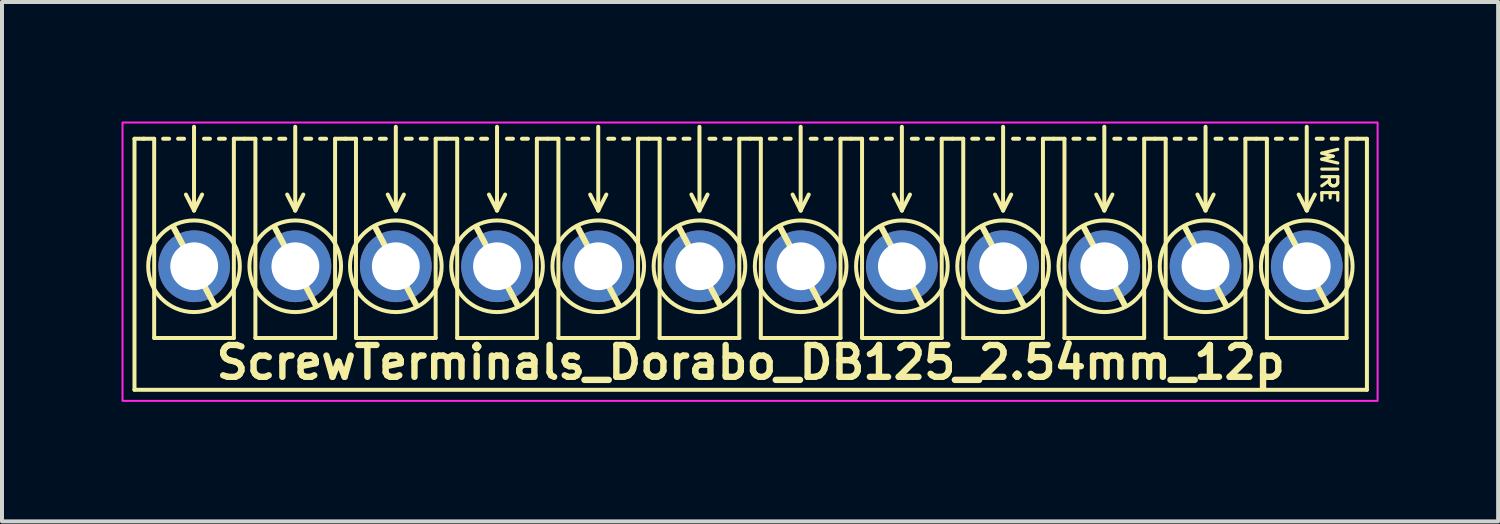
<source format=kicad_pcb>
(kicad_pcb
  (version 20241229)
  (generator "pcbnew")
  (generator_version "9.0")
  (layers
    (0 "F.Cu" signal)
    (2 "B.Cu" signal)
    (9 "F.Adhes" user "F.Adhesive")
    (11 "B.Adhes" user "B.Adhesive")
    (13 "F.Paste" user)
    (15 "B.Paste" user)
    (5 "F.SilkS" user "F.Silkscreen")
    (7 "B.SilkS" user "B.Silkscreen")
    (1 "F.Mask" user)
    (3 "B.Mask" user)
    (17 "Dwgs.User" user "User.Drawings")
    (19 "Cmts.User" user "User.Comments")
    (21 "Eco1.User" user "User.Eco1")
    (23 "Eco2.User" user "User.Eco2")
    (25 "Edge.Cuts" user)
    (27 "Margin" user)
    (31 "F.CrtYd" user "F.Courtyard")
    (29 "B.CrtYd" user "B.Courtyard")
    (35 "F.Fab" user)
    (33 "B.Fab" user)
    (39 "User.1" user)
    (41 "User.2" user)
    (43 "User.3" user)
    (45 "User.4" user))
  (footprint "ScrewTerminals_Dorabo_DB125_2.54mm_12p"
    (layer "F.Cu")
    (at 15.773 3.581)
    (property "Reference" "ScrewTerminals_Dorabo_DB125_2.54mm_12p" (at 0.016 2.464 0) (unlocked yes) (layer "F.SilkS") (effects (font (size 0.8 0.8) (thickness 0.16) (bold yes))))
    (attr through_hole)
    (fp_line (start -15.448 -3.149) (end -15.448 3.151) (stroke (width 0.1) (type default)) (layer "F.SilkS"))
    (fp_line (start -15.448 -3.149) (end -15.208 -3.149) (stroke (width 0.1) (type default)) (layer "F.SilkS"))
    (fp_line (start -14.954 -3.149) (end -15.224 -3.149) (stroke (width 0.1) (type default)) (layer "F.SilkS"))
    (fp_line (start -14.954 1.851) (end -14.954 -3.149) (stroke (width 0.1) (type solid)) (layer "F.SilkS"))
    (fp_line (start -14.579 -3.149) (end -14.729 -3.149) (stroke (width 0.1) (type default)) (layer "F.SilkS"))
    (fp_line (start -14.204 -3.149) (end -14.354 -3.149) (stroke (width 0.1) (type default)) (layer "F.SilkS"))
    (fp_line (start -13.954 -3.449) (end -13.954 -1.349) (stroke (width 0.1) (type default)) (layer "F.SilkS"))
    (fp_line (start -13.954 -1.349) (end -14.157 -1.749) (stroke (width 0.1) (type default)) (layer "F.SilkS"))
    (fp_line (start -13.954 -1.349) (end -13.751 -1.749) (stroke (width 0.1) (type default)) (layer "F.SilkS"))
    (fp_line (start -13.554 -3.149) (end -13.704 -3.149) (stroke (width 0.1) (type default)) (layer "F.SilkS"))
    (fp_line (start -13.446 1.016) (end -14.462 -0.914) (stroke (width 0.15) (type default)) (layer "F.SilkS"))
    (fp_line (start -13.179 -3.149) (end -13.329 -3.149) (stroke (width 0.1) (type default)) (layer "F.SilkS"))
    (fp_line (start -12.954 -3.149) (end -12.954 1.851) (stroke (width 0.1) (type solid)) (layer "F.SilkS"))
    (fp_line (start -12.954 1.851) (end -14.954 1.851) (stroke (width 0.1) (type solid)) (layer "F.SilkS"))
    (fp_line (start -12.684 -3.149) (end -12.954 -3.149) (stroke (width 0.1) (type default)) (layer "F.SilkS"))
    (fp_line (start -12.414 -3.149) (end -12.684 -3.149) (stroke (width 0.1) (type default)) (layer "F.SilkS"))
    (fp_line (start -12.414 1.851) (end -12.414 -3.149) (stroke (width 0.1) (type solid)) (layer "F.SilkS"))
    (fp_line (start -12.039 -3.149) (end -12.189 -3.149) (stroke (width 0.1) (type default)) (layer "F.SilkS"))
    (fp_line (start -11.664 -3.149) (end -11.814 -3.149) (stroke (width 0.1) (type default)) (layer "F.SilkS"))
    (fp_line (start -11.414 -3.449) (end -11.414 -1.349) (stroke (width 0.1) (type default)) (layer "F.SilkS"))
    (fp_line (start -11.414 -1.349) (end -11.617 -1.749) (stroke (width 0.1) (type default)) (layer "F.SilkS"))
    (fp_line (start -11.414 -1.349) (end -11.211 -1.749) (stroke (width 0.1) (type default)) (layer "F.SilkS"))
    (fp_line (start -11.014 -3.149) (end -11.164 -3.149) (stroke (width 0.1) (type default)) (layer "F.SilkS"))
    (fp_line (start -10.906 1.016) (end -11.922 -0.914) (stroke (width 0.15) (type default)) (layer "F.SilkS"))
    (fp_line (start -10.639 -3.149) (end -10.789 -3.149) (stroke (width 0.1) (type default)) (layer "F.SilkS"))
    (fp_line (start -10.414 -3.149) (end -10.414 1.851) (stroke (width 0.1) (type solid)) (layer "F.SilkS"))
    (fp_line (start -10.414 1.851) (end -12.414 1.851) (stroke (width 0.1) (type solid)) (layer "F.SilkS"))
    (fp_line (start -10.144 -3.149) (end -10.414 -3.149) (stroke (width 0.1) (type default)) (layer "F.SilkS"))
    (fp_line (start -9.89 -3.149) (end -10.16 -3.149) (stroke (width 0.1) (type default)) (layer "F.SilkS"))
    (fp_line (start -9.89 1.851) (end -9.89 -3.149) (stroke (width 0.1) (type solid)) (layer "F.SilkS"))
    (fp_line (start -9.515 -3.149) (end -9.665 -3.149) (stroke (width 0.1) (type default)) (layer "F.SilkS"))
    (fp_line (start -9.14 -3.149) (end -9.29 -3.149) (stroke (width 0.1) (type default)) (layer "F.SilkS"))
    (fp_line (start -8.89 -3.449) (end -8.89 -1.349) (stroke (width 0.1) (type default)) (layer "F.SilkS"))
    (fp_line (start -8.89 -1.349) (end -9.093 -1.749) (stroke (width 0.1) (type default)) (layer "F.SilkS"))
    (fp_line (start -8.89 -1.349) (end -8.687 -1.749) (stroke (width 0.1) (type default)) (layer "F.SilkS"))
    (fp_line (start -8.49 -3.149) (end -8.64 -3.149) (stroke (width 0.1) (type default)) (layer "F.SilkS"))
    (fp_line (start -8.382 1.016) (end -9.398 -0.914) (stroke (width 0.15) (type default)) (layer "F.SilkS"))
    (fp_line (start -8.115 -3.149) (end -8.265 -3.149) (stroke (width 0.1) (type default)) (layer "F.SilkS"))
    (fp_line (start -7.89 -3.149) (end -7.89 1.851) (stroke (width 0.1) (type solid)) (layer "F.SilkS"))
    (fp_line (start -7.89 1.851) (end -9.89 1.851) (stroke (width 0.1) (type solid)) (layer "F.SilkS"))
    (fp_line (start -7.62 -3.149) (end -7.89 -3.149) (stroke (width 0.1) (type default)) (layer "F.SilkS"))
    (fp_line (start -7.35 -3.149) (end -7.62 -3.149) (stroke (width 0.1) (type default)) (layer "F.SilkS"))
    (fp_line (start -7.35 1.851) (end -7.35 -3.149) (stroke (width 0.1) (type solid)) (layer "F.SilkS"))
    (fp_line (start -6.975 -3.149) (end -7.125 -3.149) (stroke (width 0.1) (type default)) (layer "F.SilkS"))
    (fp_line (start -6.6 -3.149) (end -6.75 -3.149) (stroke (width 0.1) (type default)) (layer "F.SilkS"))
    (fp_line (start -6.35 -3.449) (end -6.35 -1.349) (stroke (width 0.1) (type default)) (layer "F.SilkS"))
    (fp_line (start -6.35 -1.349) (end -6.553 -1.749) (stroke (width 0.1) (type default)) (layer "F.SilkS"))
    (fp_line (start -6.35 -1.349) (end -6.147 -1.749) (stroke (width 0.1) (type default)) (layer "F.SilkS"))
    (fp_line (start -5.95 -3.149) (end -6.1 -3.149) (stroke (width 0.1) (type default)) (layer "F.SilkS"))
    (fp_line (start -5.842 1.016) (end -6.858 -0.914) (stroke (width 0.15) (type default)) (layer "F.SilkS"))
    (fp_line (start -5.575 -3.149) (end -5.725 -3.149) (stroke (width 0.1) (type default)) (layer "F.SilkS"))
    (fp_line (start -5.35 -3.149) (end -5.35 1.851) (stroke (width 0.1) (type solid)) (layer "F.SilkS"))
    (fp_line (start -5.35 1.851) (end -7.35 1.851) (stroke (width 0.1) (type solid)) (layer "F.SilkS"))
    (fp_line (start -5.08 -3.149) (end -5.35 -3.149) (stroke (width 0.1) (type default)) (layer "F.SilkS"))
    (fp_line (start -4.81 -3.149) (end -5.08 -3.149) (stroke (width 0.1) (type default)) (layer "F.SilkS"))
    (fp_line (start -4.81 1.851) (end -4.81 -3.149) (stroke (width 0.1) (type solid)) (layer "F.SilkS"))
    (fp_line (start -4.435 -3.149) (end -4.585 -3.149) (stroke (width 0.1) (type default)) (layer "F.SilkS"))
    (fp_line (start -4.06 -3.149) (end -4.21 -3.149) (stroke (width 0.1) (type default)) (layer "F.SilkS"))
    (fp_line (start -3.81 -3.449) (end -3.81 -1.349) (stroke (width 0.1) (type default)) (layer "F.SilkS"))
    (fp_line (start -3.81 -1.349) (end -4.013 -1.749) (stroke (width 0.1) (type default)) (layer "F.SilkS"))
    (fp_line (start -3.81 -1.349) (end -3.607 -1.749) (stroke (width 0.1) (type default)) (layer "F.SilkS"))
    (fp_line (start -3.41 -3.149) (end -3.56 -3.149) (stroke (width 0.1) (type default)) (layer "F.SilkS"))
    (fp_line (start -3.302 1.016) (end -4.318 -0.914) (stroke (width 0.15) (type default)) (layer "F.SilkS"))
    (fp_line (start -3.035 -3.149) (end -3.185 -3.149) (stroke (width 0.1) (type default)) (layer "F.SilkS"))
    (fp_line (start -2.81 -3.149) (end -2.81 1.851) (stroke (width 0.1) (type solid)) (layer "F.SilkS"))
    (fp_line (start -2.81 1.851) (end -4.81 1.851) (stroke (width 0.1) (type solid)) (layer "F.SilkS"))
    (fp_line (start -2.54 -3.149) (end -2.81 -3.149) (stroke (width 0.1) (type default)) (layer "F.SilkS"))
    (fp_line (start -2.27 -3.149) (end -2.54 -3.149) (stroke (width 0.1) (type default)) (layer "F.SilkS"))
    (fp_line (start -2.27 1.851) (end -2.27 -3.149) (stroke (width 0.1) (type solid)) (layer "F.SilkS"))
    (fp_line (start -1.895 -3.149) (end -2.045 -3.149) (stroke (width 0.1) (type default)) (layer "F.SilkS"))
    (fp_line (start -1.52 -3.149) (end -1.67 -3.149) (stroke (width 0.1) (type default)) (layer "F.SilkS"))
    (fp_line (start -1.27 -3.449) (end -1.27 -1.349) (stroke (width 0.1) (type default)) (layer "F.SilkS"))
    (fp_line (start -1.27 -1.349) (end -1.473 -1.749) (stroke (width 0.1) (type default)) (layer "F.SilkS"))
    (fp_line (start -1.27 -1.349) (end -1.067 -1.749) (stroke (width 0.1) (type default)) (layer "F.SilkS"))
    (fp_line (start -0.87 -3.149) (end -1.02 -3.149) (stroke (width 0.1) (type default)) (layer "F.SilkS"))
    (fp_line (start -0.762 1.016) (end -1.778 -0.914) (stroke (width 0.15) (type default)) (layer "F.SilkS"))
    (fp_line (start -0.495 -3.149) (end -0.645 -3.149) (stroke (width 0.1) (type default)) (layer "F.SilkS"))
    (fp_line (start -0.27 -3.149) (end -0.27 1.851) (stroke (width 0.1) (type solid)) (layer "F.SilkS"))
    (fp_line (start -0.27 1.851) (end -2.27 1.851) (stroke (width 0.1) (type solid)) (layer "F.SilkS"))
    (fp_line (start 0 -3.149) (end -0.27 -3.149) (stroke (width 0.1) (type default)) (layer "F.SilkS"))
    (fp_line (start 0.27 -3.149) (end 0 -3.149) (stroke (width 0.1) (type default)) (layer "F.SilkS"))
    (fp_line (start 0.27 1.851) (end 0.27 -3.149) (stroke (width 0.1) (type solid)) (layer "F.SilkS"))
    (fp_line (start 0.645 -3.149) (end 0.495 -3.149) (stroke (width 0.1) (type default)) (layer "F.SilkS"))
    (fp_line (start 1.02 -3.149) (end 0.87 -3.149) (stroke (width 0.1) (type default)) (layer "F.SilkS"))
    (fp_line (start 1.27 -3.449) (end 1.27 -1.349) (stroke (width 0.1) (type default)) (layer "F.SilkS"))
    (fp_line (start 1.27 -1.349) (end 1.067 -1.749) (stroke (width 0.1) (type default)) (layer "F.SilkS"))
    (fp_line (start 1.27 -1.349) (end 1.473 -1.749) (stroke (width 0.1) (type default)) (layer "F.SilkS"))
    (fp_line (start 1.67 -3.149) (end 1.52 -3.149) (stroke (width 0.1) (type default)) (layer "F.SilkS"))
    (fp_line (start 1.778 1.016) (end 0.762 -0.914) (stroke (width 0.15) (type default)) (layer "F.SilkS"))
    (fp_line (start 2.045 -3.149) (end 1.895 -3.149) (stroke (width 0.1) (type default)) (layer "F.SilkS"))
    (fp_line (start 2.27 -3.149) (end 2.27 1.851) (stroke (width 0.1) (type solid)) (layer "F.SilkS"))
    (fp_line (start 2.27 1.851) (end 0.27 1.851) (stroke (width 0.1) (type solid)) (layer "F.SilkS"))
    (fp_line (start 2.54 -3.149) (end 2.27 -3.149) (stroke (width 0.1) (type default)) (layer "F.SilkS"))
    (fp_line (start 2.81 -3.149) (end 2.54 -3.149) (stroke (width 0.1) (type default)) (layer "F.SilkS"))
    (fp_line (start 2.81 1.851) (end 2.81 -3.149) (stroke (width 0.1) (type solid)) (layer "F.SilkS"))
    (fp_line (start 3.185 -3.149) (end 3.035 -3.149) (stroke (width 0.1) (type default)) (layer "F.SilkS"))
    (fp_line (start 3.56 -3.149) (end 3.41 -3.149) (stroke (width 0.1) (type default)) (layer "F.SilkS"))
    (fp_line (start 3.81 -3.449) (end 3.81 -1.349) (stroke (width 0.1) (type default)) (layer "F.SilkS"))
    (fp_line (start 3.81 -1.349) (end 3.607 -1.749) (stroke (width 0.1) (type default)) (layer "F.SilkS"))
    (fp_line (start 3.81 -1.349) (end 4.013 -1.749) (stroke (width 0.1) (type default)) (layer "F.SilkS"))
    (fp_line (start 4.21 -3.149) (end 4.06 -3.149) (stroke (width 0.1) (type default)) (layer "F.SilkS"))
    (fp_line (start 4.318 1.016) (end 3.302 -0.914) (stroke (width 0.15) (type default)) (layer "F.SilkS"))
    (fp_line (start 4.585 -3.149) (end 4.435 -3.149) (stroke (width 0.1) (type default)) (layer "F.SilkS"))
    (fp_line (start 4.81 -3.149) (end 4.81 1.851) (stroke (width 0.1) (type solid)) (layer "F.SilkS"))
    (fp_line (start 4.81 1.851) (end 2.81 1.851) (stroke (width 0.1) (type solid)) (layer "F.SilkS"))
    (fp_line (start 5.08 -3.149) (end 4.81 -3.149) (stroke (width 0.1) (type default)) (layer "F.SilkS"))
    (fp_line (start 5.35 -3.149) (end 5.08 -3.149) (stroke (width 0.1) (type default)) (layer "F.SilkS"))
    (fp_line (start 5.35 1.851) (end 5.35 -3.149) (stroke (width 0.1) (type solid)) (layer "F.SilkS"))
    (fp_line (start 5.725 -3.149) (end 5.575 -3.149) (stroke (width 0.1) (type default)) (layer "F.SilkS"))
    (fp_line (start 6.1 -3.149) (end 5.95 -3.149) (stroke (width 0.1) (type default)) (layer "F.SilkS"))
    (fp_line (start 6.35 -3.449) (end 6.35 -1.349) (stroke (width 0.1) (type default)) (layer "F.SilkS"))
    (fp_line (start 6.35 -1.349) (end 6.147 -1.749) (stroke (width 0.1) (type default)) (layer "F.SilkS"))
    (fp_line (start 6.35 -1.349) (end 6.553 -1.749) (stroke (width 0.1) (type default)) (layer "F.SilkS"))
    (fp_line (start 6.75 -3.149) (end 6.6 -3.149) (stroke (width 0.1) (type default)) (layer "F.SilkS"))
    (fp_line (start 6.858 1.016) (end 5.842 -0.914) (stroke (width 0.15) (type default)) (layer "F.SilkS"))
    (fp_line (start 7.125 -3.149) (end 6.975 -3.149) (stroke (width 0.1) (type default)) (layer "F.SilkS"))
    (fp_line (start 7.35 -3.149) (end 7.35 1.851) (stroke (width 0.1) (type solid)) (layer "F.SilkS"))
    (fp_line (start 7.35 1.851) (end 5.35 1.851) (stroke (width 0.1) (type solid)) (layer "F.SilkS"))
    (fp_line (start 7.62 -3.149) (end 7.35 -3.149) (stroke (width 0.1) (type default)) (layer "F.SilkS"))
    (fp_line (start 7.89 -3.149) (end 7.62 -3.149) (stroke (width 0.1) (type default)) (layer "F.SilkS"))
    (fp_line (start 7.89 1.851) (end 7.89 -3.149) (stroke (width 0.1) (type solid)) (layer "F.SilkS"))
    (fp_line (start 8.265 -3.149) (end 8.115 -3.149) (stroke (width 0.1) (type default)) (layer "F.SilkS"))
    (fp_line (start 8.64 -3.149) (end 8.49 -3.149) (stroke (width 0.1) (type default)) (layer "F.SilkS"))
    (fp_line (start 8.89 -3.449) (end 8.89 -1.349) (stroke (width 0.1) (type default)) (layer "F.SilkS"))
    (fp_line (start 8.89 -1.349) (end 8.687 -1.749) (stroke (width 0.1) (type default)) (layer "F.SilkS"))
    (fp_line (start 8.89 -1.349) (end 9.093 -1.749) (stroke (width 0.1) (type default)) (layer "F.SilkS"))
    (fp_line (start 9.29 -3.149) (end 9.14 -3.149) (stroke (width 0.1) (type default)) (layer "F.SilkS"))
    (fp_line (start 9.398 1.016) (end 8.382 -0.914) (stroke (width 0.15) (type default)) (layer "F.SilkS"))
    (fp_line (start 9.665 -3.149) (end 9.515 -3.149) (stroke (width 0.1) (type default)) (layer "F.SilkS"))
    (fp_line (start 9.89 -3.149) (end 9.89 1.851) (stroke (width 0.1) (type solid)) (layer "F.SilkS"))
    (fp_line (start 9.89 1.851) (end 7.89 1.851) (stroke (width 0.1) (type solid)) (layer "F.SilkS"))
    (fp_line (start 10.16 -3.149) (end 9.89 -3.149) (stroke (width 0.1) (type default)) (layer "F.SilkS"))
    (fp_line (start 10.43 -3.149) (end 10.16 -3.149) (stroke (width 0.1) (type default)) (layer "F.SilkS"))
    (fp_line (start 10.43 1.851) (end 10.43 -3.149) (stroke (width 0.1) (type solid)) (layer "F.SilkS"))
    (fp_line (start 10.805 -3.149) (end 10.655 -3.149) (stroke (width 0.1) (type default)) (layer "F.SilkS"))
    (fp_line (start 11.18 -3.149) (end 11.03 -3.149) (stroke (width 0.1) (type default)) (layer "F.SilkS"))
    (fp_line (start 11.43 -3.449) (end 11.43 -1.349) (stroke (width 0.1) (type default)) (layer "F.SilkS"))
    (fp_line (start 11.43 -1.349) (end 11.227 -1.749) (stroke (width 0.1) (type default)) (layer "F.SilkS"))
    (fp_line (start 11.43 -1.349) (end 11.633 -1.749) (stroke (width 0.1) (type default)) (layer "F.SilkS"))
    (fp_line (start 11.83 -3.149) (end 11.68 -3.149) (stroke (width 0.1) (type default)) (layer "F.SilkS"))
    (fp_line (start 11.938 1.016) (end 10.922 -0.914) (stroke (width 0.15) (type default)) (layer "F.SilkS"))
    (fp_line (start 12.205 -3.149) (end 12.055 -3.149) (stroke (width 0.1) (type default)) (layer "F.SilkS"))
    (fp_line (start 12.43 -3.149) (end 12.43 1.851) (stroke (width 0.1) (type solid)) (layer "F.SilkS"))
    (fp_line (start 12.43 1.851) (end 10.43 1.851) (stroke (width 0.1) (type solid)) (layer "F.SilkS"))
    (fp_line (start 12.7 -3.149) (end 12.43 -3.149) (stroke (width 0.1) (type default)) (layer "F.SilkS"))
    (fp_line (start 12.97 -3.149) (end 12.7 -3.149) (stroke (width 0.1) (type default)) (layer "F.SilkS"))
    (fp_line (start 12.97 1.851) (end 12.97 -3.149) (stroke (width 0.1) (type solid)) (layer "F.SilkS"))
    (fp_line (start 13.345 -3.149) (end 13.195 -3.149) (stroke (width 0.1) (type default)) (layer "F.SilkS"))
    (fp_line (start 13.72 -3.149) (end 13.57 -3.149) (stroke (width 0.1) (type default)) (layer "F.SilkS"))
    (fp_line (start 13.97 -3.449) (end 13.97 -1.349) (stroke (width 0.1) (type default)) (layer "F.SilkS"))
    (fp_line (start 13.97 -1.349) (end 13.767 -1.749) (stroke (width 0.1) (type default)) (layer "F.SilkS"))
    (fp_line (start 13.97 -1.349) (end 14.173 -1.749) (stroke (width 0.1) (type default)) (layer "F.SilkS"))
    (fp_line (start 14.37 -3.149) (end 14.22 -3.149) (stroke (width 0.1) (type default)) (layer "F.SilkS"))
    (fp_line (start 14.478 1.016) (end 13.462 -0.914) (stroke (width 0.15) (type default)) (layer "F.SilkS"))
    (fp_line (start 14.745 -3.149) (end 14.595 -3.149) (stroke (width 0.1) (type default)) (layer "F.SilkS"))
    (fp_line (start 14.97 -3.149) (end 14.97 1.851) (stroke (width 0.1) (type solid)) (layer "F.SilkS"))
    (fp_line (start 14.97 1.851) (end 12.97 1.851) (stroke (width 0.1) (type solid)) (layer "F.SilkS"))
    (fp_line (start 15.24 -3.149) (end 14.97 -3.149) (stroke (width 0.1) (type default)) (layer "F.SilkS"))
    (fp_line (start 15.48 -3.149) (end 15.24 -3.149) (stroke (width 0.1) (type default)) (layer "F.SilkS"))
    (fp_line (start 15.48 -3.149) (end 15.48 3.151) (stroke (width 0.1) (type default)) (layer "F.SilkS"))
    (fp_line (start 15.48 3.151) (end -15.448 3.151) (stroke (width 0.1) (type default)) (layer "F.SilkS"))
    (fp_circle (center -13.954 0.051) (end -12.804 0.051) (stroke (width 0.1) (type default)) (fill no) (layer "F.SilkS"))
    (fp_circle (center -11.414 0.051) (end -10.264 0.051) (stroke (width 0.1) (type default)) (fill no) (layer "F.SilkS"))
    (fp_circle (center -8.89 0.051) (end -7.74 0.051) (stroke (width 0.1) (type default)) (fill no) (layer "F.SilkS"))
    (fp_circle (center -6.35 0.051) (end -5.2 0.051) (stroke (width 0.1) (type default)) (fill no) (layer "F.SilkS"))
    (fp_circle (center -3.81 0.051) (end -2.66 0.051) (stroke (width 0.1) (type default)) (fill no) (layer "F.SilkS"))
    (fp_circle (center -1.27 0.051) (end -0.12 0.051) (stroke (width 0.1) (type default)) (fill no) (layer "F.SilkS"))
    (fp_circle (center 1.27 0.051) (end 2.42 0.051) (stroke (width 0.1) (type default)) (fill no) (layer "F.SilkS"))
    (fp_circle (center 3.81 0.051) (end 4.96 0.051) (stroke (width 0.1) (type default)) (fill no) (layer "F.SilkS"))
    (fp_circle (center 6.35 0.051) (end 7.5 0.051) (stroke (width 0.1) (type default)) (fill no) (layer "F.SilkS"))
    (fp_circle (center 8.89 0.051) (end 10.04 0.051) (stroke (width 0.1) (type default)) (fill no) (layer "F.SilkS"))
    (fp_circle (center 11.43 0.051) (end 12.58 0.051) (stroke (width 0.1) (type default)) (fill no) (layer "F.SilkS"))
    (fp_circle (center 13.97 0.051) (end 15.12 0.051) (stroke (width 0.1) (type default)) (fill no) (layer "F.SilkS"))
    (fp_rect (start -15.748 -3.556) (end 15.748 3.429) (stroke (width 0.05) (type default)) (fill no) (layer "F.CrtYd"))
    (fp_text user "WIRE" (at 14.529 -2.235 270) (unlocked yes) (layer "F.SilkS") (effects (font (size 0.4 0.4) (thickness 0.08) (bold yes))))
    (pad "1" thru_hole circle (at 13.97 0.051 180) (size 1.8 1.8) (drill 1.2) (layers "*.Cu" "*.Mask"))
    (pad "2" thru_hole circle (at 11.43 0.051 180) (size 1.8 1.8) (drill 1.2) (layers "*.Cu" "*.Mask"))
    (pad "3" thru_hole circle (at 8.89 0.051 180) (size 1.8 1.8) (drill 1.2) (layers "*.Cu" "*.Mask"))
    (pad "4" thru_hole circle (at 6.35 0.051 180) (size 1.8 1.8) (drill 1.2) (layers "*.Cu" "*.Mask"))
    (pad "5" thru_hole circle (at 3.81 0.051 180) (size 1.8 1.8) (drill 1.2) (layers "*.Cu" "*.Mask"))
    (pad "6" thru_hole circle (at 1.27 0.051 180) (size 1.8 1.8) (drill 1.2) (layers "*.Cu" "*.Mask"))
    (pad "7" thru_hole circle (at -1.27 0.051 180) (size 1.8 1.8) (drill 1.2) (layers "*.Cu" "*.Mask"))
    (pad "8" thru_hole circle (at -3.81 0.051 180) (size 1.8 1.8) (drill 1.2) (layers "*.Cu" "*.Mask"))
    (pad "9" thru_hole circle (at -6.35 0.051 180) (size 1.8 1.8) (drill 1.2) (layers "*.Cu" "*.Mask"))
    (pad "10" thru_hole circle (at -8.89 0.051 180) (size 1.8 1.8) (drill 1.2) (layers "*.Cu" "*.Mask"))
    (pad "11" thru_hole circle (at -11.41 0.051 180) (size 1.8 1.8) (drill 1.2) (layers "*.Cu" "*.Mask"))
    (pad "12" thru_hole circle (at -13.95 0.051 180) (size 1.8 1.8) (drill 1.2) (layers "*.Cu" "*.Mask")))
  (gr_rect
    (start -3 -3)
    (end 34.546 10.035)
    (stroke (width 0.1) (type default))
    (fill no)
    (layer "Edge.Cuts")))
</source>
